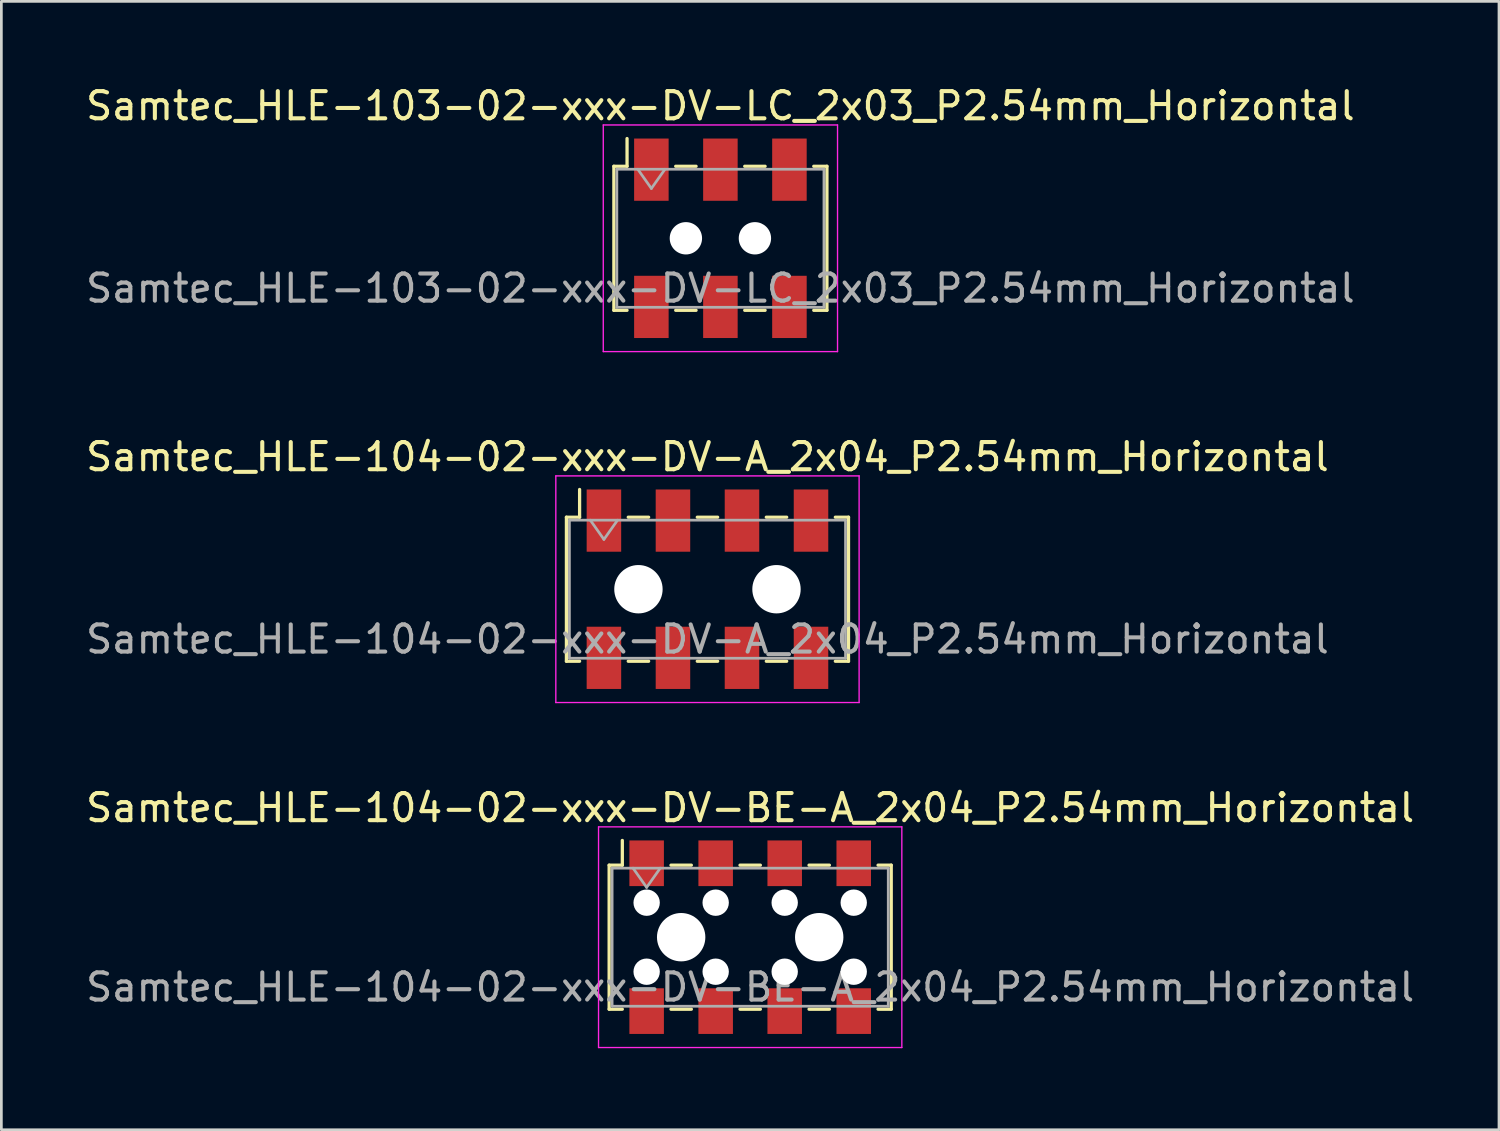
<source format=kicad_pcb>
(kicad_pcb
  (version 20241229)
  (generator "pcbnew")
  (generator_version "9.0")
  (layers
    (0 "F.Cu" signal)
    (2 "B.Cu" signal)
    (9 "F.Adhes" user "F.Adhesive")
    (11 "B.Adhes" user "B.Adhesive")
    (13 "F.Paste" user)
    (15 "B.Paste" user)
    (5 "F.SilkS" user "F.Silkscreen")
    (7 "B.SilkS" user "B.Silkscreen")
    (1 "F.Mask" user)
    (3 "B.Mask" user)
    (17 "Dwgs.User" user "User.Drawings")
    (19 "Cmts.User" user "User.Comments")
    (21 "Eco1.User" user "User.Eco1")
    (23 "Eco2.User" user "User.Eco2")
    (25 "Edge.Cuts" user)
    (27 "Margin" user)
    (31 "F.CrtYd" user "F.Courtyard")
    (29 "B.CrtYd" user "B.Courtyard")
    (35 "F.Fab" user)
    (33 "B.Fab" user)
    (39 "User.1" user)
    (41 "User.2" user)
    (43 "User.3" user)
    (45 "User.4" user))
  (footprint "Samtec_HLE-104-02-xxx-DV-BE-A_2x04_P2.54mm_Horizontal"
    (layer "F.Cu")
    (at 24.554 31.435)
    (property "Reference" "Samtec_HLE-104-02-xxx-DV-BE-A_2x04_P2.54mm_Horizontal" (at 0 -4.76 0) (layer "F.SilkS") (effects (font (size 1 1) (thickness 0.15))))
    (attr smd)
    (fp_line (start -5.19 -2.65) (end -5.19 2.65) (stroke (width 0.12) (type solid)) (layer "F.SilkS"))
    (fp_line (start -5.19 2.65) (end -4.705 2.65) (stroke (width 0.12) (type solid)) (layer "F.SilkS"))
    (fp_line (start -4.705 -3.56) (end -4.705 -2.65) (stroke (width 0.12) (type solid)) (layer "F.SilkS"))
    (fp_line (start -4.705 -2.65) (end -5.19 -2.65) (stroke (width 0.12) (type solid)) (layer "F.SilkS"))
    (fp_line (start -2.915 -2.65) (end -2.165 -2.65) (stroke (width 0.12) (type solid)) (layer "F.SilkS"))
    (fp_line (start -2.915 2.65) (end -2.165 2.65) (stroke (width 0.12) (type solid)) (layer "F.SilkS"))
    (fp_line (start -0.375 -2.65) (end 0.375 -2.65) (stroke (width 0.12) (type solid)) (layer "F.SilkS"))
    (fp_line (start -0.375 2.65) (end 0.375 2.65) (stroke (width 0.12) (type solid)) (layer "F.SilkS"))
    (fp_line (start 2.165 -2.65) (end 2.915 -2.65) (stroke (width 0.12) (type solid)) (layer "F.SilkS"))
    (fp_line (start 2.165 2.65) (end 2.915 2.65) (stroke (width 0.12) (type solid)) (layer "F.SilkS"))
    (fp_line (start 4.705 -2.65) (end 5.19 -2.65) (stroke (width 0.12) (type solid)) (layer "F.SilkS"))
    (fp_line (start 5.19 -2.65) (end 5.19 2.65) (stroke (width 0.12) (type solid)) (layer "F.SilkS"))
    (fp_line (start 5.19 2.65) (end 4.705 2.65) (stroke (width 0.12) (type solid)) (layer "F.SilkS"))
    (fp_line (start -5.58 -4.06) (end 5.58 -4.06) (stroke (width 0.05) (type solid)) (layer "F.CrtYd"))
    (fp_line (start -5.58 4.06) (end -5.58 -4.06) (stroke (width 0.05) (type solid)) (layer "F.CrtYd"))
    (fp_line (start 5.58 -4.06) (end 5.58 4.06) (stroke (width 0.05) (type solid)) (layer "F.CrtYd"))
    (fp_line (start 5.58 4.06) (end -5.58 4.06) (stroke (width 0.05) (type solid)) (layer "F.CrtYd"))
    (fp_line (start -5.08 -2.54) (end 5.08 -2.54) (stroke (width 0.1) (type solid)) (layer "F.Fab"))
    (fp_line (start -5.08 2.54) (end -5.08 -2.54) (stroke (width 0.1) (type solid)) (layer "F.Fab"))
    (fp_line (start -4.31 -2.54) (end -3.81 -1.833) (stroke (width 0.1) (type solid)) (layer "F.Fab"))
    (fp_line (start -3.81 -1.833) (end -3.31 -2.54) (stroke (width 0.1) (type solid)) (layer "F.Fab"))
    (fp_line (start 5.08 -2.54) (end 5.08 2.54) (stroke (width 0.1) (type solid)) (layer "F.Fab"))
    (fp_line (start 5.08 2.54) (end -5.08 2.54) (stroke (width 0.1) (type solid)) (layer "F.Fab"))
    (fp_text user "${REFERENCE}" (at 0 1.84 0) (layer "F.Fab") (effects (font (size 1 1) (thickness 0.15))))
    (pad "" np_thru_hole circle (at -3.81 -1.27) (size 0.97 0.97) (drill 0.97) (layers "*.Cu" "*.Mask"))
    (pad "" np_thru_hole circle (at -3.81 1.27) (size 0.97 0.97) (drill 0.97) (layers "*.Cu" "*.Mask"))
    (pad "" np_thru_hole circle (at -2.54 0) (size 1.78 1.78) (drill 1.78) (layers "*.Cu" "*.Mask"))
    (pad "" np_thru_hole circle (at -1.27 -1.27) (size 0.97 0.97) (drill 0.97) (layers "*.Cu" "*.Mask"))
    (pad "" np_thru_hole circle (at -1.27 1.27) (size 0.97 0.97) (drill 0.97) (layers "*.Cu" "*.Mask"))
    (pad "" np_thru_hole circle (at 1.27 -1.27) (size 0.97 0.97) (drill 0.97) (layers "*.Cu" "*.Mask"))
    (pad "" np_thru_hole circle (at 1.27 1.27) (size 0.97 0.97) (drill 0.97) (layers "*.Cu" "*.Mask"))
    (pad "" np_thru_hole circle (at 2.54 0) (size 1.78 1.78) (drill 1.78) (layers "*.Cu" "*.Mask"))
    (pad "" np_thru_hole circle (at 3.81 -1.27) (size 0.97 0.97) (drill 0.97) (layers "*.Cu" "*.Mask"))
    (pad "" np_thru_hole circle (at 3.81 1.27) (size 0.97 0.97) (drill 0.97) (layers "*.Cu" "*.Mask"))
    (pad "1" smd rect (at -3.81 -2.72) (size 1.27 1.68) (layers "F.Cu" "F.Mask" "F.Paste"))
    (pad "2" smd rect (at -3.81 2.72) (size 1.27 1.68) (layers "F.Cu" "F.Mask" "F.Paste"))
    (pad "3" smd rect (at -1.27 -2.72) (size 1.27 1.68) (layers "F.Cu" "F.Mask" "F.Paste"))
    (pad "4" smd rect (at -1.27 2.72) (size 1.27 1.68) (layers "F.Cu" "F.Mask" "F.Paste"))
    (pad "5" smd rect (at 1.27 -2.72) (size 1.27 1.68) (layers "F.Cu" "F.Mask" "F.Paste"))
    (pad "6" smd rect (at 1.27 2.72) (size 1.27 1.68) (layers "F.Cu" "F.Mask" "F.Paste"))
    (pad "7" smd rect (at 3.81 -2.72) (size 1.27 1.68) (layers "F.Cu" "F.Mask" "F.Paste"))
    (pad "8" smd rect (at 3.81 2.72) (size 1.27 1.68) (layers "F.Cu" "F.Mask" "F.Paste")))
  (footprint "Samtec_HLE-103-02-xxx-DV-LC_2x03_P2.54mm_Horizontal"
    (layer "F.Cu")
    (at 23.458 5.718)
    (property "Reference" "Samtec_HLE-103-02-xxx-DV-LC_2x03_P2.54mm_Horizontal" (at 0 -4.87 0) (layer "F.SilkS") (effects (font (size 1 1) (thickness 0.15))))
    (attr smd)
    (fp_line (start -3.92 -2.65) (end -3.92 2.65) (stroke (width 0.12) (type solid)) (layer "F.SilkS"))
    (fp_line (start -3.92 2.65) (end -3.435 2.65) (stroke (width 0.12) (type solid)) (layer "F.SilkS"))
    (fp_line (start -3.435 -3.67) (end -3.435 -2.65) (stroke (width 0.12) (type solid)) (layer "F.SilkS"))
    (fp_line (start -3.435 -2.65) (end -3.92 -2.65) (stroke (width 0.12) (type solid)) (layer "F.SilkS"))
    (fp_line (start -1.645 -2.65) (end -0.895 -2.65) (stroke (width 0.12) (type solid)) (layer "F.SilkS"))
    (fp_line (start -1.645 2.65) (end -0.895 2.65) (stroke (width 0.12) (type solid)) (layer "F.SilkS"))
    (fp_line (start 0.895 -2.65) (end 1.645 -2.65) (stroke (width 0.12) (type solid)) (layer "F.SilkS"))
    (fp_line (start 0.895 2.65) (end 1.645 2.65) (stroke (width 0.12) (type solid)) (layer "F.SilkS"))
    (fp_line (start 3.435 -2.65) (end 3.92 -2.65) (stroke (width 0.12) (type solid)) (layer "F.SilkS"))
    (fp_line (start 3.92 -2.65) (end 3.92 2.65) (stroke (width 0.12) (type solid)) (layer "F.SilkS"))
    (fp_line (start 3.92 2.65) (end 3.435 2.65) (stroke (width 0.12) (type solid)) (layer "F.SilkS"))
    (fp_line (start -4.31 -4.17) (end 4.31 -4.17) (stroke (width 0.05) (type solid)) (layer "F.CrtYd"))
    (fp_line (start -4.31 4.17) (end -4.31 -4.17) (stroke (width 0.05) (type solid)) (layer "F.CrtYd"))
    (fp_line (start 4.31 -4.17) (end 4.31 4.17) (stroke (width 0.05) (type solid)) (layer "F.CrtYd"))
    (fp_line (start 4.31 4.17) (end -4.31 4.17) (stroke (width 0.05) (type solid)) (layer "F.CrtYd"))
    (fp_line (start -3.81 -2.54) (end 3.81 -2.54) (stroke (width 0.1) (type solid)) (layer "F.Fab"))
    (fp_line (start -3.81 2.54) (end -3.81 -2.54) (stroke (width 0.1) (type solid)) (layer "F.Fab"))
    (fp_line (start -3.04 -2.54) (end -2.54 -1.833) (stroke (width 0.1) (type solid)) (layer "F.Fab"))
    (fp_line (start -2.54 -1.833) (end -2.04 -2.54) (stroke (width 0.1) (type solid)) (layer "F.Fab"))
    (fp_line (start 3.81 -2.54) (end 3.81 2.54) (stroke (width 0.1) (type solid)) (layer "F.Fab"))
    (fp_line (start 3.81 2.54) (end -3.81 2.54) (stroke (width 0.1) (type solid)) (layer "F.Fab"))
    (fp_text user "${REFERENCE}" (at 0 1.84 0) (layer "F.Fab") (effects (font (size 1 1) (thickness 0.15))))
    (pad "" np_thru_hole circle (at -1.27 0) (size 1.19 1.19) (drill 1.19) (layers "*.Cu" "*.Mask"))
    (pad "" np_thru_hole circle (at 1.27 0) (size 1.19 1.19) (drill 1.19) (layers "*.Cu" "*.Mask"))
    (pad "1" smd rect (at -2.54 -2.525) (size 1.27 2.29) (layers "F.Cu" "F.Mask" "F.Paste"))
    (pad "2" smd rect (at -2.54 2.525) (size 1.27 2.29) (layers "F.Cu" "F.Mask" "F.Paste"))
    (pad "3" smd rect (at 0 -2.525) (size 1.27 2.29) (layers "F.Cu" "F.Mask" "F.Paste"))
    (pad "4" smd rect (at 0 2.525) (size 1.27 2.29) (layers "F.Cu" "F.Mask" "F.Paste"))
    (pad "5" smd rect (at 2.54 -2.525) (size 1.27 2.29) (layers "F.Cu" "F.Mask" "F.Paste"))
    (pad "6" smd rect (at 2.54 2.525) (size 1.27 2.29) (layers "F.Cu" "F.Mask" "F.Paste")))
  (footprint "Samtec_HLE-104-02-xxx-DV-A_2x04_P2.54mm_Horizontal"
    (layer "F.Cu")
    (at 22.982 18.631)
    (property "Reference" "Samtec_HLE-104-02-xxx-DV-A_2x04_P2.54mm_Horizontal" (at 0 -4.87 0) (layer "F.SilkS") (effects (font (size 1 1) (thickness 0.15))))
    (attr smd)
    (fp_line (start -5.19 -2.65) (end -5.19 2.65) (stroke (width 0.12) (type solid)) (layer "F.SilkS"))
    (fp_line (start -5.19 2.65) (end -4.705 2.65) (stroke (width 0.12) (type solid)) (layer "F.SilkS"))
    (fp_line (start -4.705 -3.67) (end -4.705 -2.65) (stroke (width 0.12) (type solid)) (layer "F.SilkS"))
    (fp_line (start -4.705 -2.65) (end -5.19 -2.65) (stroke (width 0.12) (type solid)) (layer "F.SilkS"))
    (fp_line (start -2.915 -2.65) (end -2.165 -2.65) (stroke (width 0.12) (type solid)) (layer "F.SilkS"))
    (fp_line (start -2.915 2.65) (end -2.165 2.65) (stroke (width 0.12) (type solid)) (layer "F.SilkS"))
    (fp_line (start -0.375 -2.65) (end 0.375 -2.65) (stroke (width 0.12) (type solid)) (layer "F.SilkS"))
    (fp_line (start -0.375 2.65) (end 0.375 2.65) (stroke (width 0.12) (type solid)) (layer "F.SilkS"))
    (fp_line (start 2.165 -2.65) (end 2.915 -2.65) (stroke (width 0.12) (type solid)) (layer "F.SilkS"))
    (fp_line (start 2.165 2.65) (end 2.915 2.65) (stroke (width 0.12) (type solid)) (layer "F.SilkS"))
    (fp_line (start 4.705 -2.65) (end 5.19 -2.65) (stroke (width 0.12) (type solid)) (layer "F.SilkS"))
    (fp_line (start 5.19 -2.65) (end 5.19 2.65) (stroke (width 0.12) (type solid)) (layer "F.SilkS"))
    (fp_line (start 5.19 2.65) (end 4.705 2.65) (stroke (width 0.12) (type solid)) (layer "F.SilkS"))
    (fp_line (start -5.58 -4.17) (end 5.58 -4.17) (stroke (width 0.05) (type solid)) (layer "F.CrtYd"))
    (fp_line (start -5.58 4.17) (end -5.58 -4.17) (stroke (width 0.05) (type solid)) (layer "F.CrtYd"))
    (fp_line (start 5.58 -4.17) (end 5.58 4.17) (stroke (width 0.05) (type solid)) (layer "F.CrtYd"))
    (fp_line (start 5.58 4.17) (end -5.58 4.17) (stroke (width 0.05) (type solid)) (layer "F.CrtYd"))
    (fp_line (start -5.08 -2.54) (end 5.08 -2.54) (stroke (width 0.1) (type solid)) (layer "F.Fab"))
    (fp_line (start -5.08 2.54) (end -5.08 -2.54) (stroke (width 0.1) (type solid)) (layer "F.Fab"))
    (fp_line (start -4.31 -2.54) (end -3.81 -1.833) (stroke (width 0.1) (type solid)) (layer "F.Fab"))
    (fp_line (start -3.81 -1.833) (end -3.31 -2.54) (stroke (width 0.1) (type solid)) (layer "F.Fab"))
    (fp_line (start 5.08 -2.54) (end 5.08 2.54) (stroke (width 0.1) (type solid)) (layer "F.Fab"))
    (fp_line (start 5.08 2.54) (end -5.08 2.54) (stroke (width 0.1) (type solid)) (layer "F.Fab"))
    (fp_text user "${REFERENCE}" (at 0 1.84 0) (layer "F.Fab") (effects (font (size 1 1) (thickness 0.15))))
    (pad "" np_thru_hole circle (at -2.54 0) (size 1.78 1.78) (drill 1.78) (layers "*.Cu" "*.Mask"))
    (pad "" np_thru_hole circle (at 2.54 0) (size 1.78 1.78) (drill 1.78) (layers "*.Cu" "*.Mask"))
    (pad "1" smd rect (at -3.81 -2.525) (size 1.27 2.29) (layers "F.Cu" "F.Mask" "F.Paste"))
    (pad "2" smd rect (at -3.81 2.525) (size 1.27 2.29) (layers "F.Cu" "F.Mask" "F.Paste"))
    (pad "3" smd rect (at -1.27 -2.525) (size 1.27 2.29) (layers "F.Cu" "F.Mask" "F.Paste"))
    (pad "4" smd rect (at -1.27 2.525) (size 1.27 2.29) (layers "F.Cu" "F.Mask" "F.Paste"))
    (pad "5" smd rect (at 1.27 -2.525) (size 1.27 2.29) (layers "F.Cu" "F.Mask" "F.Paste"))
    (pad "6" smd rect (at 1.27 2.525) (size 1.27 2.29) (layers "F.Cu" "F.Mask" "F.Paste"))
    (pad "7" smd rect (at 3.81 -2.525) (size 1.27 2.29) (layers "F.Cu" "F.Mask" "F.Paste"))
    (pad "8" smd rect (at 3.81 2.525) (size 1.27 2.29) (layers "F.Cu" "F.Mask" "F.Paste")))
  (gr_rect
    (start -3 -3)
    (end 52.107 38.52)
    (stroke (width 0.1) (type default))
    (fill no)
    (layer "Edge.Cuts")))
</source>
